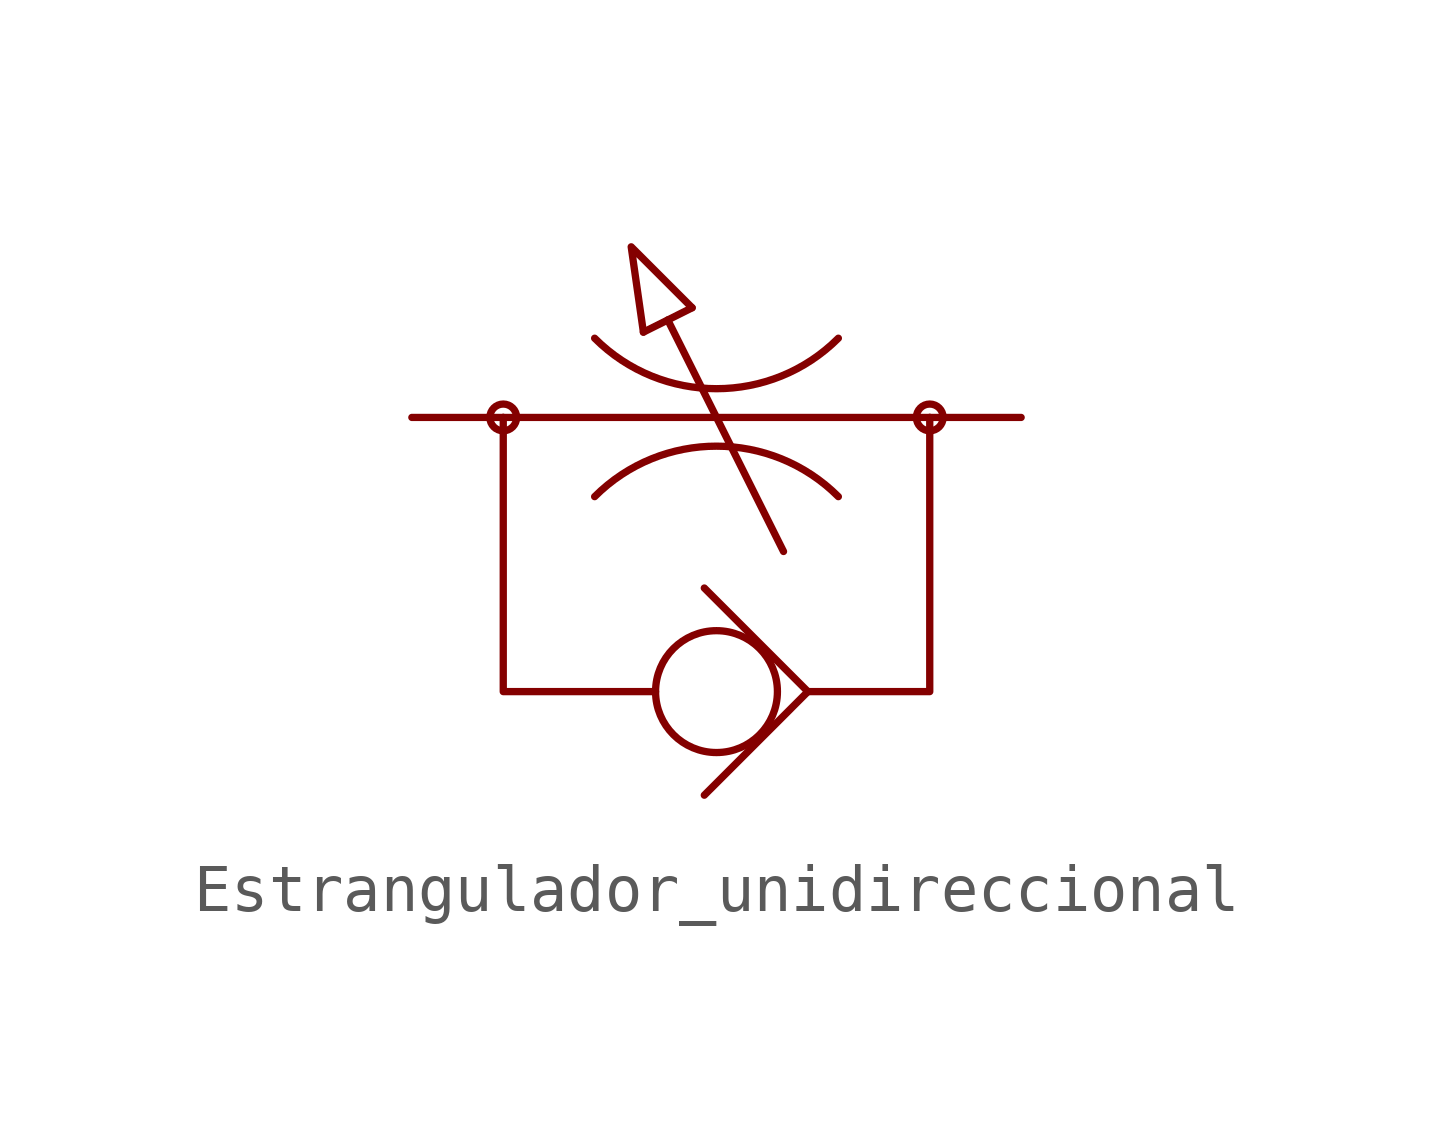
<source format=kicad_sym>
(kicad_symbol_lib
  (version 20211014)
  (generator kicad_symbol_editor)
  (symbol "Estrangulador_unidireccional"
    (pin_names
      (offset 1.016))
    (property "Reference" "V"
      (at -1.27 -4.445 0)
      (effects (font (size 2.54 2.54)) (justify left) hide))
    (symbol "Estrangulador_unidireccional_0_1"
      (circle (center -4.445 0) (radius 0.279) (stroke (width 0) (type default) (color 0 0 0 0)) (fill (type none)))
      (arc (start -2.54 1.651) (mid 0 0.5989) (end 2.54 1.651) (stroke (width 0) (type default) (color 0 0 0 0)) (fill (type none)))
      (polyline (pts (xy -0.508 2.286) (xy -1.524 1.778)) (stroke (width 0) (type default) (color 0 0 0 0)) (fill (type none)))
      (polyline (pts (xy 1.397 -2.794) (xy -1.016 2.032)) (stroke (width 0) (type default) (color 0 0 0 0)) (fill (type none)))
      (polyline (pts (xy 4.445 0) (xy -4.445 0)) (stroke (width 0) (type default) (color 0 0 0 0)) (fill (type none)))
      (polyline (pts (xy -1.524 1.778) (xy -1.778 3.556) (xy -0.508 2.286)) (stroke (width 0) (type default) (color 0 0 0 0)) (fill (type none)))
      (polyline (pts (xy -1.27 -5.715) (xy -4.445 -5.715) (xy -4.445 0)) (stroke (width 0) (type default) (color 0 0 0 0)) (fill (type none)))
      (polyline (pts (xy 1.905 -5.715) (xy 4.445 -5.715) (xy 4.445 0)) (stroke (width 0) (type default) (color 0 0 0 0)) (fill (type none)))
      (arc (start 2.54 -1.651) (mid 0 -0.5989) (end -2.54 -1.651) (stroke (width 0) (type default) (color 0 0 0 0)) (fill (type none)))
      (circle (center 4.445 0) (radius 0.279) (stroke (width 0) (type default) (color 0 0 0 0)) (fill (type none))))
    (symbol "Estrangulador_unidireccional_1_1"
      (circle (center 0 -5.715) (radius 1.27) (stroke (width 0) (type default) (color 0 0 0 0)) (fill (type none)))
      (polyline (pts (xy 1.905 -5.715) (xy -0.254 -7.874)) (stroke (width 0) (type default) (color 0 0 0 0)) (fill (type none)))
      (polyline (pts (xy 1.905 -5.715) (xy -0.254 -3.556)) (stroke (width 0) (type default) (color 0 0 0 0)) (fill (type none)))
      (pin output line (at -6.35 0 0) (length 1.905) (name "" (effects (font (size 1.27 1.27)))) (number "" (effects (font (size 1.27 1.27)))))
      (pin input line (at 6.35 0 180) (length 1.905) (name "" (effects (font (size 1.27 1.27)))) (number "" (effects (font (size 1.27 1.27))))))))
</source>
